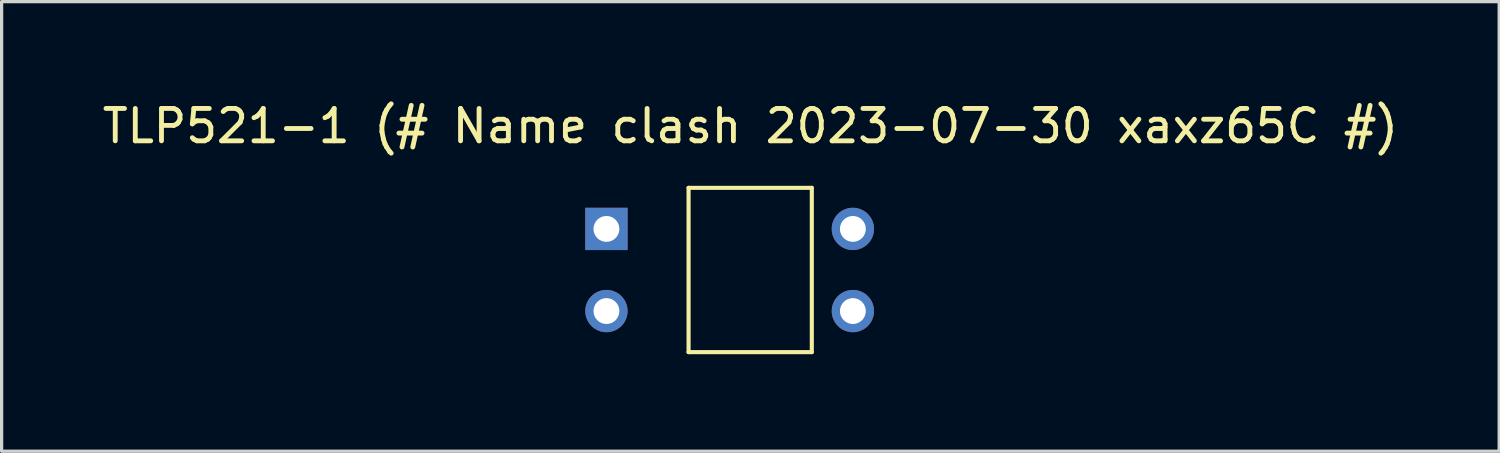
<source format=kicad_pcb>
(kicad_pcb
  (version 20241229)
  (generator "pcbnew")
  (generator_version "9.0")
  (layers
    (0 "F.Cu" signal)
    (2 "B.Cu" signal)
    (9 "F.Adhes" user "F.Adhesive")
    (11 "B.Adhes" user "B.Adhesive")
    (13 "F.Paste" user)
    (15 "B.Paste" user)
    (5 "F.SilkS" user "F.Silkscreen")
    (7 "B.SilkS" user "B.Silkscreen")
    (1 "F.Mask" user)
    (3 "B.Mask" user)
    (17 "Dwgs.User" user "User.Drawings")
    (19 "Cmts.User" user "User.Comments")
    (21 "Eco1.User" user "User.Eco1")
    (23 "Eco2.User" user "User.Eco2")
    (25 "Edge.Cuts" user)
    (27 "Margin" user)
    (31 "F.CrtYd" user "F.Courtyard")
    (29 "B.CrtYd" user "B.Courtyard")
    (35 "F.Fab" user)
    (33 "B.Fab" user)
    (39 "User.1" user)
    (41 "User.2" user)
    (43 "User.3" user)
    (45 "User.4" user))
  (footprint "TLP521-1 (# Name clash 2023-07-30 xaxz65C #)"
    (layer "F.Cu")
    (at 15.701 4.028)
    (property "Reference" "TLP521-1 (# Name clash 2023-07-30 xaxz65C #)" (at 4.451 -3.179 0) (layer "F.SilkS") (effects (font (size 1.001 1.001) (thickness 0.15))))
    (attr through_hole)
    (fp_line (start 2.54 -1.27) (end 2.54 3.81) (stroke (width 0.127) (type solid)) (layer "F.SilkS"))
    (fp_line (start 2.54 3.81) (end 6.35 3.81) (stroke (width 0.127) (type solid)) (layer "F.SilkS"))
    (fp_line (start 6.35 -1.27) (end 2.54 -1.27) (stroke (width 0.127) (type solid)) (layer "F.SilkS"))
    (fp_line (start 6.35 3.81) (end 6.35 -1.27) (stroke (width 0.127) (type solid)) (layer "F.SilkS"))
    (pad "P$1" thru_hole rect (at 0 0) (size 1.308 1.308) (drill 0.8) (layers "*.Cu" "*.Mask"))
    (pad "P$2" thru_hole circle (at 0 2.54) (size 1.308 1.308) (drill 0.8) (layers "*.Cu" "*.Mask"))
    (pad "P$3" thru_hole circle (at 7.62 2.54) (size 1.308 1.308) (drill 0.8) (layers "*.Cu" "*.Mask"))
    (pad "P$4" thru_hole circle (at 7.62 0) (size 1.308 1.308) (drill 0.8) (layers "*.Cu" "*.Mask")))
  (gr_rect
    (start -3 -3)
    (end 43.305 10.902)
    (stroke (width 0.1) (type default))
    (fill no)
    (layer "Edge.Cuts")))
</source>
